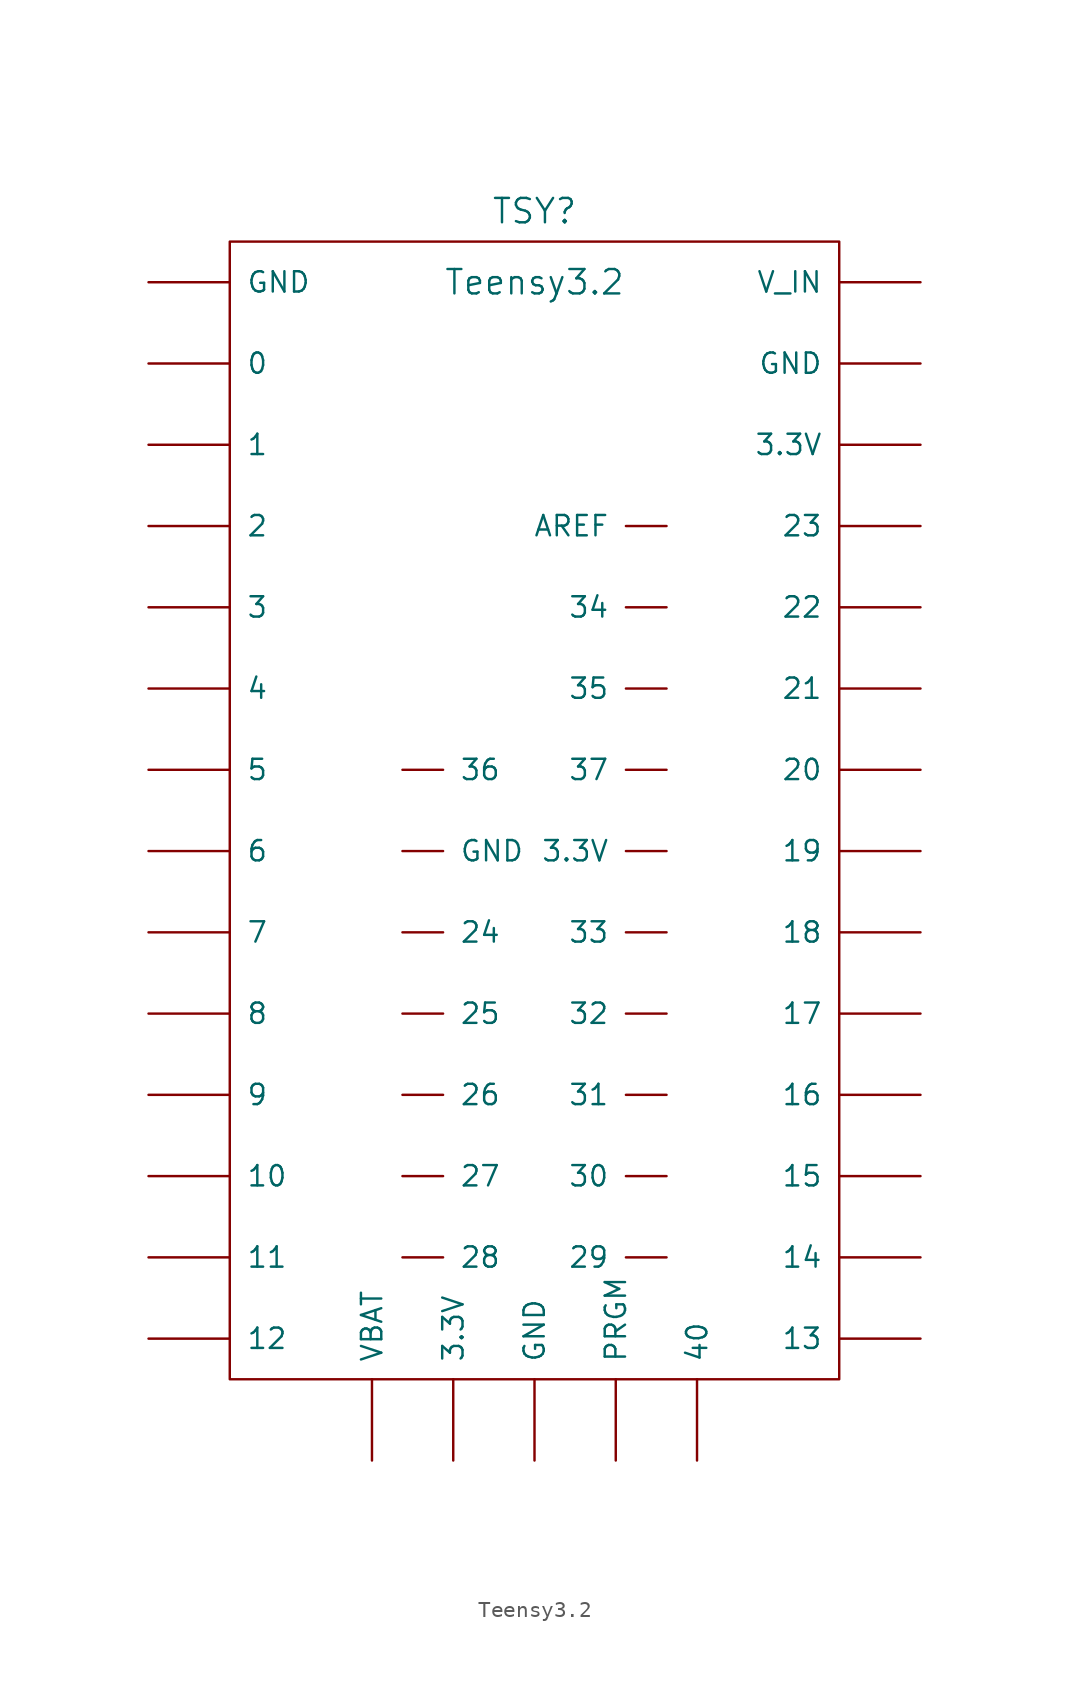
<source format=kicad_sym>
(kicad_symbol_lib
  (version 20220914)
  (generator kicad_symbol_editor)
  (symbol "Teensy3.2"
    (pin_numbers hide)
    (pin_names
      (offset 1.016))
    (property "Reference" "TSY"
      (at 0 37.465 0)
      (effects (font (size 1.524 1.524))))
    (property "Value" "Teensy3.2"
      (at 0 33.02 0)
      (effects (font (size 1.524 1.524))))
    (symbol "Teensy3.2_0_0"
      (rectangle (start -19.05 35.56) (end 19.05 -35.56) (stroke (width 0) (type solid)) (fill (type none))))
    (symbol "Teensy3.2_1_1"
      (pin power_in line (at -24.13 33.02 0) (length 5.08) (name "GND" (effects (font (size 1.27 1.27)))) (number "1" (effects (font (size 1.27 1.27)))))
      (pin bidirectional line (at -24.13 -12.7 0) (length 5.08) (name "8" (effects (font (size 1.27 1.27)))) (number "10" (effects (font (size 1.27 1.27)))))
      (pin bidirectional line (at -24.13 -17.78 0) (length 5.08) (name "9" (effects (font (size 1.27 1.27)))) (number "11" (effects (font (size 1.27 1.27)))))
      (pin bidirectional line (at -24.13 -22.86 0) (length 5.08) (name "10" (effects (font (size 1.27 1.27)))) (number "12" (effects (font (size 1.27 1.27)))))
      (pin bidirectional line (at -24.13 -27.94 0) (length 5.08) (name "11" (effects (font (size 1.27 1.27)))) (number "13" (effects (font (size 1.27 1.27)))))
      (pin bidirectional line (at -24.13 -33.02 0) (length 5.08) (name "12" (effects (font (size 1.27 1.27)))) (number "14" (effects (font (size 1.27 1.27)))))
      (pin bidirectional line (at 24.13 -33.02 180) (length 5.08) (name "13" (effects (font (size 1.27 1.27)))) (number "15" (effects (font (size 1.27 1.27)))))
      (pin bidirectional line (at 24.13 -27.94 180) (length 5.08) (name "14" (effects (font (size 1.27 1.27)))) (number "16" (effects (font (size 1.27 1.27)))))
      (pin bidirectional line (at 24.13 -22.86 180) (length 5.08) (name "15" (effects (font (size 1.27 1.27)))) (number "17" (effects (font (size 1.27 1.27)))))
      (pin bidirectional line (at 24.13 -17.78 180) (length 5.08) (name "16" (effects (font (size 1.27 1.27)))) (number "18" (effects (font (size 1.27 1.27)))))
      (pin input line (at 24.13 -12.7 180) (length 5.08) (name "17" (effects (font (size 1.27 1.27)))) (number "19" (effects (font (size 1.27 1.27)))))
      (pin bidirectional line (at -24.13 27.94 0) (length 5.08) (name "0" (effects (font (size 1.27 1.27)))) (number "2" (effects (font (size 1.27 1.27)))))
      (pin bidirectional line (at 24.13 -7.62 180) (length 5.08) (name "18" (effects (font (size 1.27 1.27)))) (number "20" (effects (font (size 1.27 1.27)))))
      (pin bidirectional line (at 24.13 -2.54 180) (length 5.08) (name "19" (effects (font (size 1.27 1.27)))) (number "21" (effects (font (size 1.27 1.27)))))
      (pin bidirectional line (at 24.13 2.54 180) (length 5.08) (name "20" (effects (font (size 1.27 1.27)))) (number "22" (effects (font (size 1.27 1.27)))))
      (pin bidirectional line (at 24.13 7.62 180) (length 5.08) (name "21" (effects (font (size 1.27 1.27)))) (number "23" (effects (font (size 1.27 1.27)))))
      (pin bidirectional line (at 24.13 12.7 180) (length 5.08) (name "22" (effects (font (size 1.27 1.27)))) (number "24" (effects (font (size 1.27 1.27)))))
      (pin bidirectional line (at 24.13 17.78 180) (length 5.08) (name "23" (effects (font (size 1.27 1.27)))) (number "25" (effects (font (size 1.27 1.27)))))
      (pin power_out line (at 24.13 22.86 180) (length 5.08) (name "3.3V" (effects (font (size 1.27 1.27)))) (number "26" (effects (font (size 1.27 1.27)))))
      (pin power_in line (at 24.13 27.94 180) (length 5.08) (name "GND" (effects (font (size 1.27 1.27)))) (number "27" (effects (font (size 1.27 1.27)))))
      (pin power_in line (at 24.13 33.02 180) (length 5.08) (name "V_IN" (effects (font (size 1.27 1.27)))) (number "28" (effects (font (size 1.27 1.27)))))
      (pin power_in line (at -10.16 -40.64 90) (length 5.08) (name "VBAT" (effects (font (size 1.27 1.27)))) (number "29" (effects (font (size 1.27 1.27)))))
      (pin bidirectional line (at -24.13 22.86 0) (length 5.08) (name "1" (effects (font (size 1.27 1.27)))) (number "3" (effects (font (size 1.27 1.27)))))
      (pin power_in line (at -5.08 -40.64 90) (length 5.08) (name "3.3V" (effects (font (size 1.27 1.27)))) (number "30" (effects (font (size 1.27 1.27)))))
      (pin power_in line (at 0 -40.64 90) (length 5.08) (name "GND" (effects (font (size 1.27 1.27)))) (number "31" (effects (font (size 1.27 1.27)))))
      (pin input line (at 5.08 -40.64 90) (length 5.08) (name "PRGM" (effects (font (size 1.27 1.27)))) (number "32" (effects (font (size 1.27 1.27)))))
      (pin bidirectional line (at 10.16 -40.64 90) (length 5.08) (name "40" (effects (font (size 1.27 1.27)))) (number "33" (effects (font (size 1.27 1.27)))))
      (pin bidirectional line (at -8.255 2.54 0) (length 2.54) (name "36" (effects (font (size 1.27 1.27)))) (number "34" (effects (font (size 1.27 1.27)))))
      (pin power_in line (at -8.255 -2.54 0) (length 2.54) (name "GND" (effects (font (size 1.27 1.27)))) (number "35" (effects (font (size 1.27 1.27)))))
      (pin bidirectional line (at -8.255 -7.62 0) (length 2.54) (name "24" (effects (font (size 1.27 1.27)))) (number "36" (effects (font (size 1.27 1.27)))))
      (pin bidirectional line (at -8.255 -12.7 0) (length 2.54) (name "25" (effects (font (size 1.27 1.27)))) (number "37" (effects (font (size 1.27 1.27)))))
      (pin bidirectional line (at -8.255 -17.78 0) (length 2.54) (name "26" (effects (font (size 1.27 1.27)))) (number "38" (effects (font (size 1.27 1.27)))))
      (pin bidirectional line (at -8.255 -22.86 0) (length 2.54) (name "27" (effects (font (size 1.27 1.27)))) (number "39" (effects (font (size 1.27 1.27)))))
      (pin bidirectional line (at -24.13 17.78 0) (length 5.08) (name "2" (effects (font (size 1.27 1.27)))) (number "4" (effects (font (size 1.27 1.27)))))
      (pin bidirectional line (at -8.255 -27.94 0) (length 2.54) (name "28" (effects (font (size 1.27 1.27)))) (number "40" (effects (font (size 1.27 1.27)))))
      (pin bidirectional line (at 8.255 -27.94 180) (length 2.54) (name "29" (effects (font (size 1.27 1.27)))) (number "41" (effects (font (size 1.27 1.27)))))
      (pin bidirectional line (at 8.255 -22.86 180) (length 2.54) (name "30" (effects (font (size 1.27 1.27)))) (number "42" (effects (font (size 1.27 1.27)))))
      (pin bidirectional line (at 8.255 -17.78 180) (length 2.54) (name "31" (effects (font (size 1.27 1.27)))) (number "43" (effects (font (size 1.27 1.27)))))
      (pin bidirectional line (at 8.255 -12.7 180) (length 2.54) (name "32" (effects (font (size 1.27 1.27)))) (number "44" (effects (font (size 1.27 1.27)))))
      (pin bidirectional line (at 8.255 -7.62 180) (length 2.54) (name "33" (effects (font (size 1.27 1.27)))) (number "45" (effects (font (size 1.27 1.27)))))
      (pin power_in line (at 8.255 -2.54 180) (length 2.54) (name "3.3V" (effects (font (size 1.27 1.27)))) (number "46" (effects (font (size 1.27 1.27)))))
      (pin bidirectional line (at 8.255 2.54 180) (length 2.54) (name "37" (effects (font (size 1.27 1.27)))) (number "47" (effects (font (size 1.27 1.27)))))
      (pin bidirectional line (at 8.255 7.62 180) (length 2.54) (name "35" (effects (font (size 1.27 1.27)))) (number "48" (effects (font (size 1.27 1.27)))))
      (pin bidirectional line (at 8.255 12.7 180) (length 2.54) (name "34" (effects (font (size 1.27 1.27)))) (number "49" (effects (font (size 1.27 1.27)))))
      (pin output line (at -24.13 12.7 0) (length 5.08) (name "3" (effects (font (size 1.27 1.27)))) (number "5" (effects (font (size 1.27 1.27)))))
      (pin input line (at 8.255 17.78 180) (length 2.54) (name "AREF" (effects (font (size 1.27 1.27)))) (number "50" (effects (font (size 1.27 1.27)))))
      (pin bidirectional line (at -24.13 7.62 0) (length 5.08) (name "4" (effects (font (size 1.27 1.27)))) (number "6" (effects (font (size 1.27 1.27)))))
      (pin bidirectional line (at -24.13 2.54 0) (length 5.08) (name "5" (effects (font (size 1.27 1.27)))) (number "7" (effects (font (size 1.27 1.27)))))
      (pin bidirectional line (at -24.13 -2.54 0) (length 5.08) (name "6" (effects (font (size 1.27 1.27)))) (number "8" (effects (font (size 1.27 1.27)))))
      (pin bidirectional line (at -24.13 -7.62 0) (length 5.08) (name "7" (effects (font (size 1.27 1.27)))) (number "9" (effects (font (size 1.27 1.27))))))))
</source>
